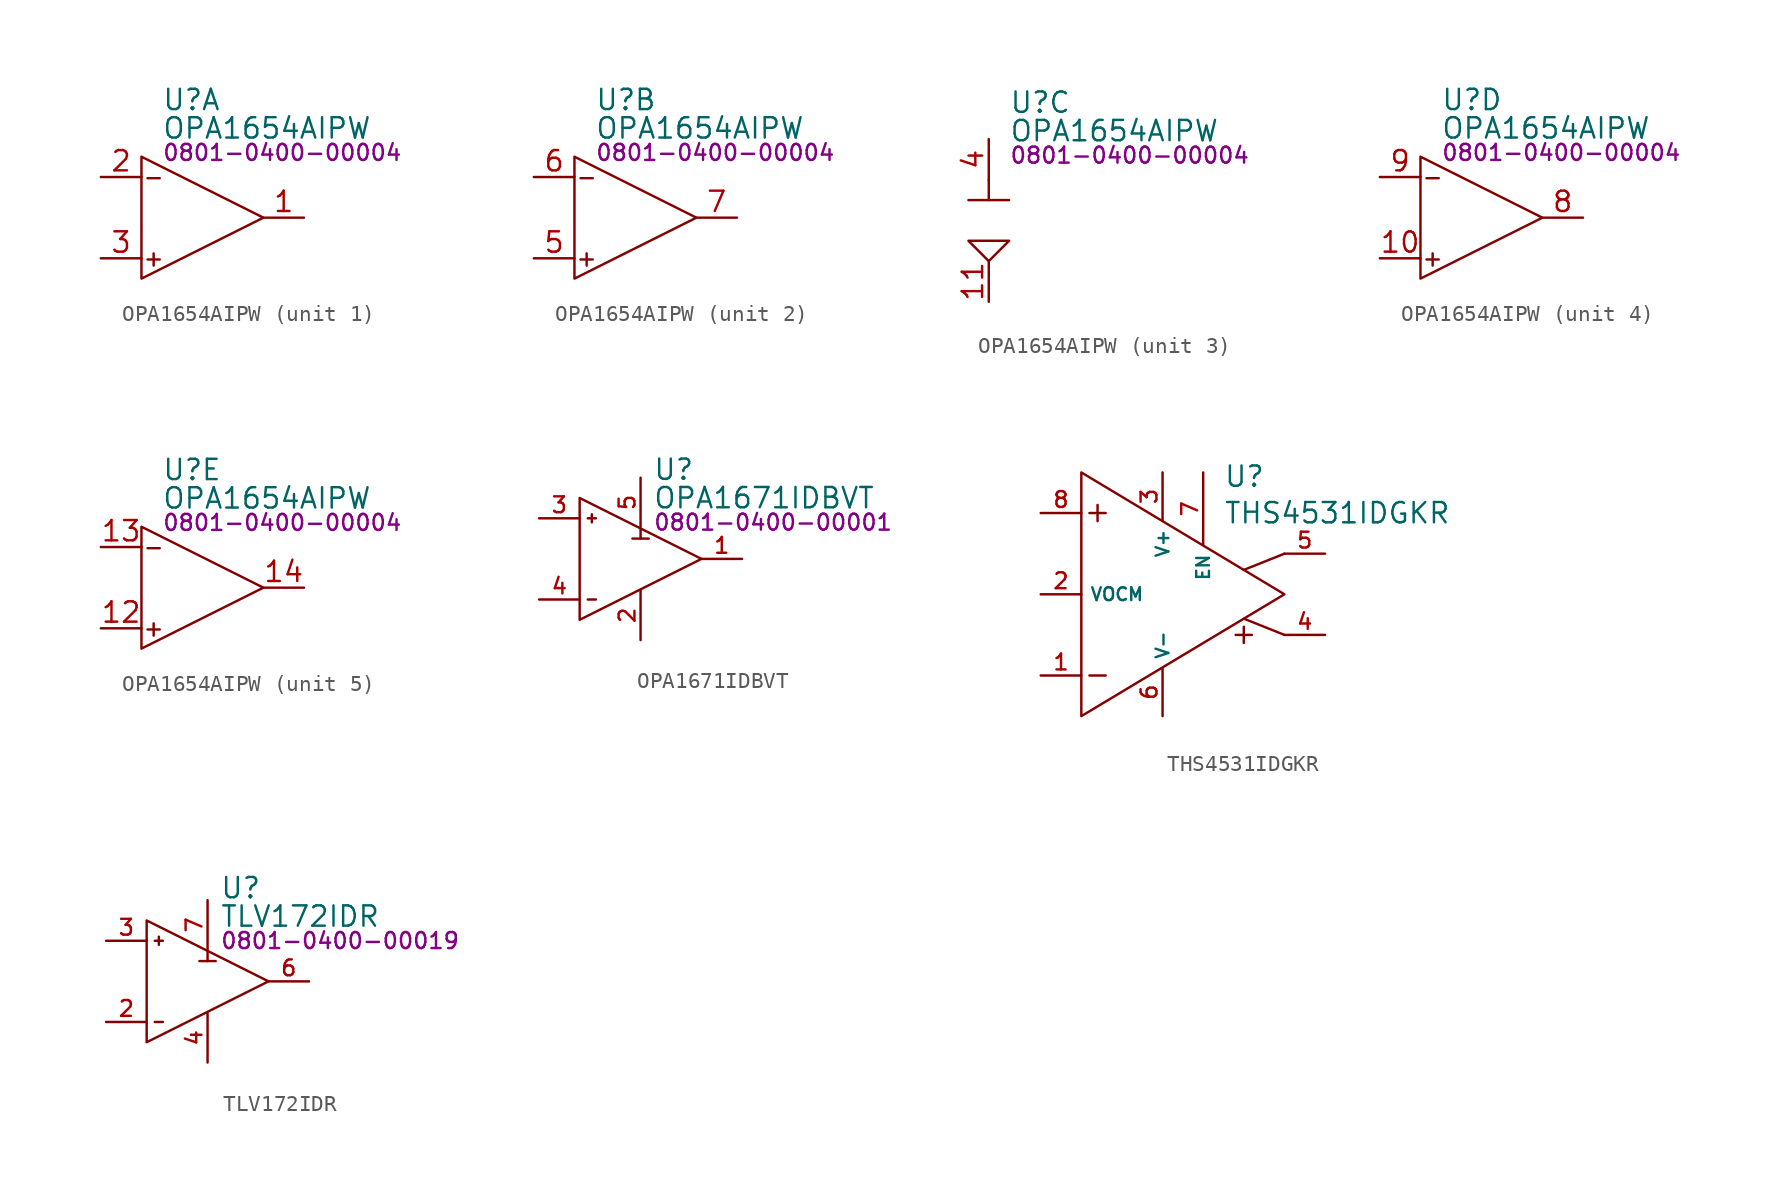
<source format=kicad_sym>
(kicad_symbol_lib
  (version 20231120)
  (generator "kicad_symbol_editor")
  (generator_version "8.0")
  (symbol "OPA1654AIPW"
    (property "Reference" "U"
      (at 1.27 7.366 0)
      (effects (font (size 1.27 1.27)) (justify left)))
    (property "Value" "OPA1654AIPW"
      (at 1.27 5.588 0)
      (effects (font (size 1.27 1.27)) (justify left)))
    (property "PartNumber" "0801-0400-00004"
      (at 1.27 4.064 0)
      (effects (font (size 1 1)) (justify left)))
    (property "ki_locked" ""
      (at 0 0 0)
      (effects (font (size 1.27 1.27))))
    (symbol "OPA1654AIPW_1_0"
      (polyline (pts (xy 0 3.81) (xy 0 -3.81) (xy 7.62 0) (xy 0 3.81)) (stroke (width 0) (type default)) (fill (type none)))
      (pin output line (at 10.16 0 180) (length 2.54) (name "OUTA" (effects (font (size 0 0)))) (number "1" (effects (font (size 1.27 1.27)))))
      (pin input line (at -2.54 2.54 0) (length 2.54) (name "-INA" (effects (font (size 0 0)))) (number "2" (effects (font (size 1.27 1.27)))))
      (pin input line (at -2.54 -2.54 0) (length 2.54) (name "+INA" (effects (font (size 0 0)))) (number "3" (effects (font (size 1.27 1.27))))))
    (symbol "OPA1654AIPW_1_1"
      (text "+" (at 0.762 -2.54 0) (effects (font (size 1 1))))
      (text "-" (at 0.762 2.54 0) (effects (font (size 1 1)))))
    (symbol "OPA1654AIPW_2_0"
      (polyline (pts (xy 0 3.81) (xy 0 -3.81) (xy 7.62 0) (xy 0 3.81)) (stroke (width 0) (type default)) (fill (type none)))
      (pin input line (at -2.54 -2.54 0) (length 2.54) (name "+INB" (effects (font (size 0 0)))) (number "5" (effects (font (size 1.27 1.27)))))
      (pin input line (at -2.54 2.54 0) (length 2.54) (name "-INB" (effects (font (size 0 0)))) (number "6" (effects (font (size 1.27 1.27)))))
      (pin output line (at 10.16 0 180) (length 2.54) (name "OUTB" (effects (font (size 0 0)))) (number "7" (effects (font (size 1.27 1.27))))))
    (symbol "OPA1654AIPW_2_1"
      (text "+" (at 0.762 -2.54 0) (effects (font (size 1 1))))
      (text "-" (at 0.762 2.54 0) (effects (font (size 1 1)))))
    (symbol "OPA1654AIPW_3_0"
      (pin power_in line (at 0 -5.08 90) (length 2.54) (name "V-" (effects (font (size 0 0)))) (number "11" (effects (font (size 1.27 1.27)))))
      (pin power_in line (at 0 5.08 270) (length 2.54) (name "V+" (effects (font (size 0 0)))) (number "4" (effects (font (size 1.27 1.27))))))
    (symbol "OPA1654AIPW_3_1"
      (polyline (pts (xy -1.27 1.27) (xy 1.27 1.27)) (stroke (width 0) (type default)) (fill (type none)))
      (polyline (pts (xy 0 2.54) (xy 0 1.27)) (stroke (width 0) (type default)) (fill (type none)))
      (polyline (pts (xy 0 -2.54) (xy -1.27 -1.27) (xy 1.27 -1.27) (xy 0 -2.54)) (stroke (width 0) (type default)) (fill (type none))))
    (symbol "OPA1654AIPW_4_0"
      (polyline (pts (xy 0 3.81) (xy 0 -3.81) (xy 7.62 0) (xy 0 3.81)) (stroke (width 0) (type default)) (fill (type none)))
      (pin input line (at -2.54 -2.54 0) (length 2.54) (name "+INC" (effects (font (size 0 0)))) (number "10" (effects (font (size 1.27 1.27)))))
      (pin output line (at 10.16 0 180) (length 2.54) (name "OUTC" (effects (font (size 0 0)))) (number "8" (effects (font (size 1.27 1.27)))))
      (pin input line (at -2.54 2.54 0) (length 2.54) (name "-INC" (effects (font (size 0 0)))) (number "9" (effects (font (size 1.27 1.27))))))
    (symbol "OPA1654AIPW_4_1"
      (text "+" (at 0.762 -2.54 0) (effects (font (size 1 1))))
      (text "-" (at 0.762 2.54 0) (effects (font (size 1 1)))))
    (symbol "OPA1654AIPW_5_0"
      (polyline (pts (xy 0 3.81) (xy 0 -3.81) (xy 7.62 0) (xy 0 3.81)) (stroke (width 0) (type default)) (fill (type none)))
      (pin input line (at -2.54 -2.54 0) (length 2.54) (name "+IND" (effects (font (size 0 0)))) (number "12" (effects (font (size 1.27 1.27)))))
      (pin input line (at -2.54 2.54 0) (length 2.54) (name "-IND" (effects (font (size 0 0)))) (number "13" (effects (font (size 1.27 1.27)))))
      (pin output line (at 10.16 0 180) (length 2.54) (name "OUTD" (effects (font (size 0 0)))) (number "14" (effects (font (size 1.27 1.27))))))
    (symbol "OPA1654AIPW_5_1"
      (text "+" (at 0.762 -2.54 0) (effects (font (size 1 1))))
      (text "-" (at 0.762 2.54 0) (effects (font (size 1 1))))))
  (symbol "OPA1671IDBVT"
    (pin_names hide)
    (property "Reference" "U"
      (at 4.572 5.588 0)
      (effects (font (size 1.27 1.27)) (justify left)))
    (property "Value" "OPA1671IDBVT"
      (at 4.572 3.81 0)
      (effects (font (size 1.27 1.27)) (justify left)))
    (property "PartNumber" "0801-0400-00001"
      (at 4.572 2.286 0)
      (effects (font (size 1 1)) (justify left)))
    (symbol "OPA1671IDBVT_0_0"
      (pin output line (at 10.16 0 180) (length 2.54) (name "OUT" (effects (font (size 1.27 1.27)))) (number "1" (effects (font (size 0.991 0.991)))))
      (pin power_in line (at 3.81 -5.08 90) (length 3.1) (name "V-" (effects (font (size 1.27 1.27)))) (number "2" (effects (font (size 0.991 0.991)))))
      (pin input line (at -2.54 2.54 0) (length 2.54) (name "IN+" (effects (font (size 1.27 1.27)))) (number "3" (effects (font (size 0.991 0.991)))))
      (pin input line (at -2.54 -2.54 0) (length 2.54) (name "IN-" (effects (font (size 1.27 1.27)))) (number "4" (effects (font (size 0.991 0.991)))))
      (pin power_in line (at 3.81 5.08 270) (length 3.1) (name "V+" (effects (font (size 1.27 1.27)))) (number "5" (effects (font (size 0.991 0.991))))))
    (symbol "OPA1671IDBVT_0_1"
      (polyline (pts (xy 3.302 1.27) (xy 4.318 1.27)) (stroke (width 0) (type default)) (fill (type none)))
      (polyline (pts (xy 3.811 1.877) (xy 3.81 1.27)) (stroke (width 0) (type default)) (fill (type none))))
    (symbol "OPA1671IDBVT_1_0"
      (polyline (pts (xy 0.508 -2.54) (xy 1.016 -2.54)) (stroke (width 0) (type default)) (fill (type none)))
      (polyline (pts (xy 0.508 2.54) (xy 1.016 2.54)) (stroke (width 0) (type default)) (fill (type none)))
      (polyline (pts (xy 0.762 2.794) (xy 0.762 2.286)) (stroke (width 0) (type default)) (fill (type none)))
      (polyline (pts (xy 0 3.81) (xy 0 -3.81) (xy 7.62 0) (xy 0 3.81)) (stroke (width 0) (type default)) (fill (type none)))))
  (symbol "THS4531IDGKR"
    (property "Reference" "U"
      (at 8.89 -0.254 0)
      (effects (font (size 1.27 1.27)) (justify left)))
    (property "Value" "THS4531IDGKR"
      (at 8.89 -2.54 0)
      (effects (font (size 1.27 1.27)) (justify left)))
    (symbol "THS4531IDGKR_0_1"
      (polyline (pts (xy 0.508 -12.7) (xy 1.524 -12.7)) (stroke (width 0) (type default)) (fill (type none)))
      (polyline (pts (xy 0.508 -2.54) (xy 1.524 -2.54)) (stroke (width 0) (type default)) (fill (type none)))
      (polyline (pts (xy 1.016 -2.032) (xy 1.016 -3.048)) (stroke (width 0) (type default)) (fill (type none)))
      (polyline (pts (xy 9.652 -10.16) (xy 10.668 -10.16)) (stroke (width 0) (type default)) (fill (type none)))
      (polyline (pts (xy 10.16 -9.652) (xy 10.16 -10.668)) (stroke (width 0) (type default)) (fill (type none)))
      (polyline (pts (xy 12.7 -10.16) (xy 10.16 -9.144)) (stroke (width 0) (type default)) (fill (type none)))
      (polyline (pts (xy 12.7 -5.08) (xy 10.16 -6.096)) (stroke (width 0) (type default)) (fill (type none))))
    (symbol "THS4531IDGKR_1_0"
      (pin input line (at -2.54 -12.7 0) (length 2.54) (name "IN-" (effects (font (size 0 0)))) (number "1" (effects (font (size 0.991 0.991)))))
      (pin input line (at -2.54 -7.62 0) (length 2.54) (name "VOCM" (effects (font (size 0.8 0.8)))) (number "2" (effects (font (size 0.991 0.991)))))
      (pin power_in line (at 5.08 0 270) (length 3) (name "V+" (effects (font (size 0.8 0.8)))) (number "3" (effects (font (size 0.991 0.991)))))
      (pin output line (at 15.24 -10.16 180) (length 2.54) (name "VOUT+" (effects (font (size 0 0)))) (number "4" (effects (font (size 0.991 0.991)))))
      (pin output line (at 15.24 -5.08 180) (length 2.54) (name "VOUT-" (effects (font (size 0 0)))) (number "5" (effects (font (size 0.991 0.991)))))
      (pin power_in line (at 5.08 -15.24 90) (length 3) (name "V-" (effects (font (size 0.8 0.8)))) (number "6" (effects (font (size 0.991 0.991)))))
      (pin input line (at 7.62 0 270) (length 4.55) (name "EN" (effects (font (size 0.8 0.8)))) (number "7" (effects (font (size 0.991 0.991)))))
      (pin input line (at -2.54 -2.54 0) (length 2.54) (name "IN+" (effects (font (size 0 0)))) (number "8" (effects (font (size 0.991 0.991))))))
    (symbol "THS4531IDGKR_1_1"
      (polyline (pts (xy 0 0) (xy 12.7 -7.62) (xy 0 -15.24) (xy 0 0)) (stroke (width 0) (type default)) (fill (type none)))))
  (symbol "TLV172IDR"
    (pin_names hide)
    (property "Reference" "U"
      (at 4.572 5.842 0)
      (effects (font (size 1.27 1.27)) (justify left)))
    (property "Value" "TLV172IDR"
      (at 4.572 4.064 0)
      (effects (font (size 1.27 1.27)) (justify left)))
    (property "PartNumber" "0801-0400-00019"
      (at 4.572 2.54 0)
      (effects (font (size 1 1)) (justify left)))
    (symbol "TLV172IDR_0_0"
      (pin no_connect line (at 1.27 0 0) (length 2.54) hide (name "NC" (effects (font (size 1.27 1.27)))) (number "1" (effects (font (size 0.991 0.991)))))
      (pin input line (at -2.54 -2.54 0) (length 2.54) (name "IN-" (effects (font (size 1.27 1.27)))) (number "2" (effects (font (size 0.991 0.991)))))
      (pin input line (at -2.54 2.54 0) (length 2.54) (name "IN+" (effects (font (size 1.27 1.27)))) (number "3" (effects (font (size 0.991 0.991)))))
      (pin power_in line (at 3.81 -5.08 90) (length 3.1) (name "V-" (effects (font (size 1.27 1.27)))) (number "4" (effects (font (size 0.991 0.991)))))
      (pin no_connect line (at 1.27 0 0) (length 2.54) hide (name "NC" (effects (font (size 1.27 1.27)))) (number "5" (effects (font (size 0.991 0.991)))))
      (pin output line (at 10.16 0 180) (length 2.54) (name "OUT" (effects (font (size 1.27 1.27)))) (number "6" (effects (font (size 0.991 0.991)))))
      (pin power_in line (at 3.81 5.08 270) (length 3.1) (name "V+" (effects (font (size 1.27 1.27)))) (number "7" (effects (font (size 0.991 0.991)))))
      (pin no_connect line (at 1.27 0 0) (length 2.54) hide (name "NC" (effects (font (size 1.27 1.27)))) (number "8" (effects (font (size 0.991 0.991))))))
    (symbol "TLV172IDR_0_1"
      (polyline (pts (xy 3.302 1.27) (xy 4.318 1.27)) (stroke (width 0) (type default)) (fill (type none)))
      (polyline (pts (xy 3.811 1.877) (xy 3.81 1.27)) (stroke (width 0) (type default)) (fill (type none))))
    (symbol "TLV172IDR_1_0"
      (polyline (pts (xy 0.508 -2.54) (xy 1.016 -2.54)) (stroke (width 0) (type default)) (fill (type none)))
      (polyline (pts (xy 0.508 2.54) (xy 1.016 2.54)) (stroke (width 0) (type default)) (fill (type none)))
      (polyline (pts (xy 0.762 2.794) (xy 0.762 2.286)) (stroke (width 0) (type default)) (fill (type none)))
      (polyline (pts (xy 0 3.81) (xy 0 -3.81) (xy 7.62 0) (xy 0 3.81)) (stroke (width 0) (type default)) (fill (type none))))))
</source>
